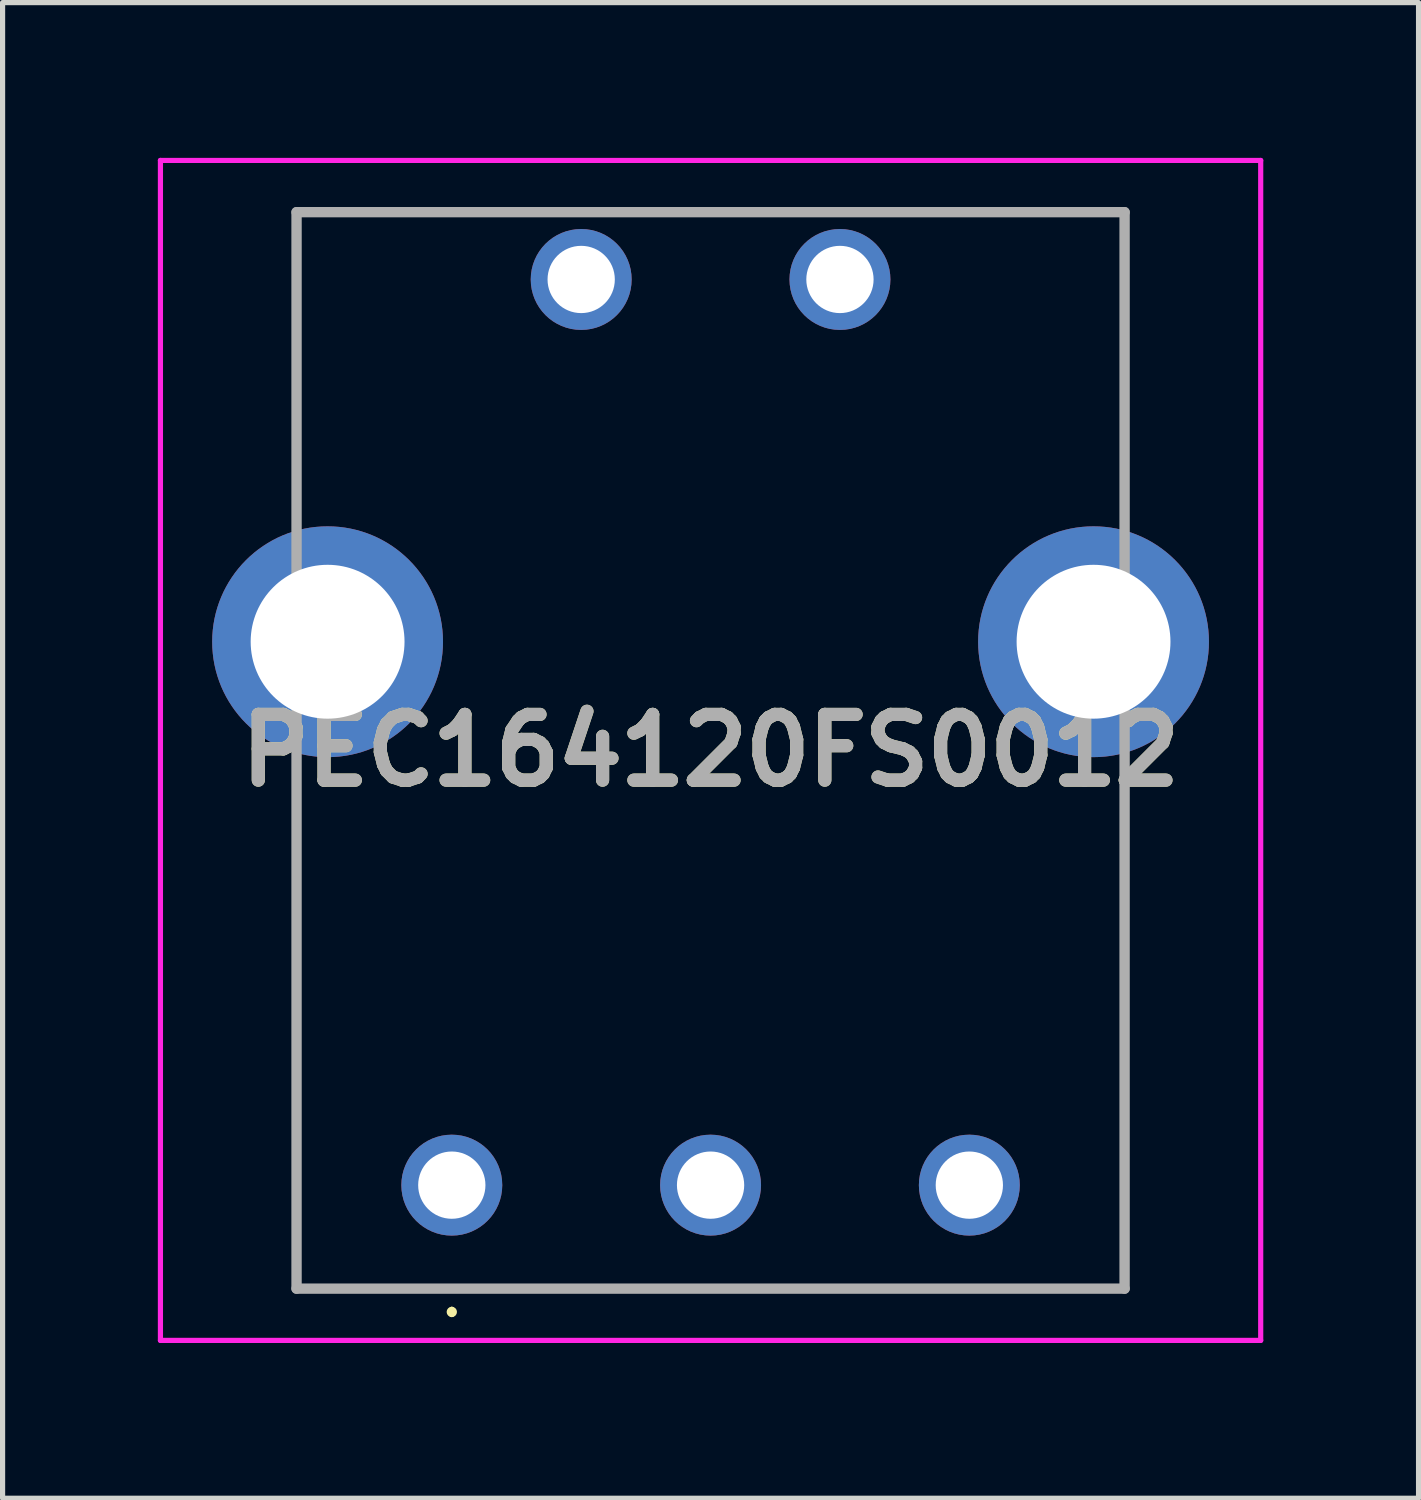
<source format=kicad_pcb>
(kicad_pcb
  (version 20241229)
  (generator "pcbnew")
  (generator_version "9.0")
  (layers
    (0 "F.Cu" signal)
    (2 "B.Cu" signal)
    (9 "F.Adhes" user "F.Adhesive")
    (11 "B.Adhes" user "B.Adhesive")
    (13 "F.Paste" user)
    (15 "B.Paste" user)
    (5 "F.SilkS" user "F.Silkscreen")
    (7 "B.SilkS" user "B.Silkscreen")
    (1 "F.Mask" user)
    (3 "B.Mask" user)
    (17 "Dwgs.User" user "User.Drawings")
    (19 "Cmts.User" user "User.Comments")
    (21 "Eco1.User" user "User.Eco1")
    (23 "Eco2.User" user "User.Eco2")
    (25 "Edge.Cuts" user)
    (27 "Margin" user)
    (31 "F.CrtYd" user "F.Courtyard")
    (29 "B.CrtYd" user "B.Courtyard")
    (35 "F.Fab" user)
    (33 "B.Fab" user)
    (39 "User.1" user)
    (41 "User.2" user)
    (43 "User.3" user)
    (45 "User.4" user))
  (footprint "PEC164120FS0012"
    (layer "F.Cu")
    (at 5.68 19.85)
    (property "Reference" "PEC164120FS0012" (at 5 -8.4 0) (layer "F.SilkS") (effects (font (size 1.27 1.27) (thickness 0.254))))
    (attr through_hole)
    (fp_line (start -3 -18.8) (end -3 -13.5) (stroke (width 0.1) (type solid)) (layer "F.SilkS"))
    (fp_line (start -3 -7.5) (end -3 2) (stroke (width 0.1) (type solid)) (layer "F.SilkS"))
    (fp_line (start -3 2) (end 13 2) (stroke (width 0.1) (type solid)) (layer "F.SilkS"))
    (fp_line (start 0 2.4) (end 0 2.4) (stroke (width 0.1) (type solid)) (layer "F.SilkS"))
    (fp_line (start 0 2.5) (end 0 2.5) (stroke (width 0.1) (type solid)) (layer "F.SilkS"))
    (fp_line (start 13 -18.8) (end -3 -18.8) (stroke (width 0.1) (type solid)) (layer "F.SilkS"))
    (fp_line (start 13 -13.5) (end 13 -18.8) (stroke (width 0.1) (type solid)) (layer "F.SilkS"))
    (fp_line (start 13 2) (end 13 -7.5) (stroke (width 0.1) (type solid)) (layer "F.SilkS"))
    (fp_arc (start 0 2.4) (mid 0.05 2.45) (end 0 2.5) (stroke (width 0.1) (type solid)) (layer "F.SilkS"))
    (fp_arc (start 0 2.5) (mid -0.05 2.45) (end 0 2.4) (stroke (width 0.1) (type solid)) (layer "F.SilkS"))
    (fp_line (start -5.63 -19.8) (end 15.63 -19.8) (stroke (width 0.1) (type solid)) (layer "F.CrtYd"))
    (fp_line (start -5.63 3) (end -5.63 -19.8) (stroke (width 0.1) (type solid)) (layer "F.CrtYd"))
    (fp_line (start 15.63 -19.8) (end 15.63 3) (stroke (width 0.1) (type solid)) (layer "F.CrtYd"))
    (fp_line (start 15.63 3) (end -5.63 3) (stroke (width 0.1) (type solid)) (layer "F.CrtYd"))
    (fp_line (start -3 -18.8) (end 13 -18.8) (stroke (width 0.2) (type solid)) (layer "F.Fab"))
    (fp_line (start -3 2) (end -3 -18.8) (stroke (width 0.2) (type solid)) (layer "F.Fab"))
    (fp_line (start 13 -18.8) (end 13 2) (stroke (width 0.2) (type solid)) (layer "F.Fab"))
    (fp_line (start 13 2) (end -3 2) (stroke (width 0.2) (type solid)) (layer "F.Fab"))
    (fp_text user "${REFERENCE}" (at 5 -8.4 0) (layer "F.Fab") (effects (font (size 1.27 1.27) (thickness 0.254))))
    (pad "A" thru_hole circle (at 0 0) (size 1.95 1.95) (drill 1.3) (layers "*.Cu" "*.Mask"))
    (pad "B" thru_hole circle (at 5 0) (size 1.95 1.95) (drill 1.3) (layers "*.Cu" "*.Mask"))
    (pad "C" thru_hole circle (at 10 0) (size 1.95 1.95) (drill 1.3) (layers "*.Cu" "*.Mask"))
    (pad "MH1" thru_hole circle (at -2.4 -10.5) (size 4.46 4.46) (drill 2.973) (layers "*.Cu" "*.Mask"))
    (pad "MH2" thru_hole circle (at 12.4 -10.5) (size 4.46 4.46) (drill 2.973) (layers "*.Cu" "*.Mask"))
    (pad "S1" thru_hole circle (at 2.5 -17.5) (size 1.95 1.95) (drill 1.3) (layers "*.Cu" "*.Mask"))
    (pad "S2" thru_hole circle (at 7.5 -17.5) (size 1.95 1.95) (drill 1.3) (layers "*.Cu" "*.Mask")))
  (gr_rect
    (start -3 -3)
    (end 24.36 25.9)
    (stroke (width 0.1) (type default))
    (fill no)
    (layer "Edge.Cuts")))
</source>
